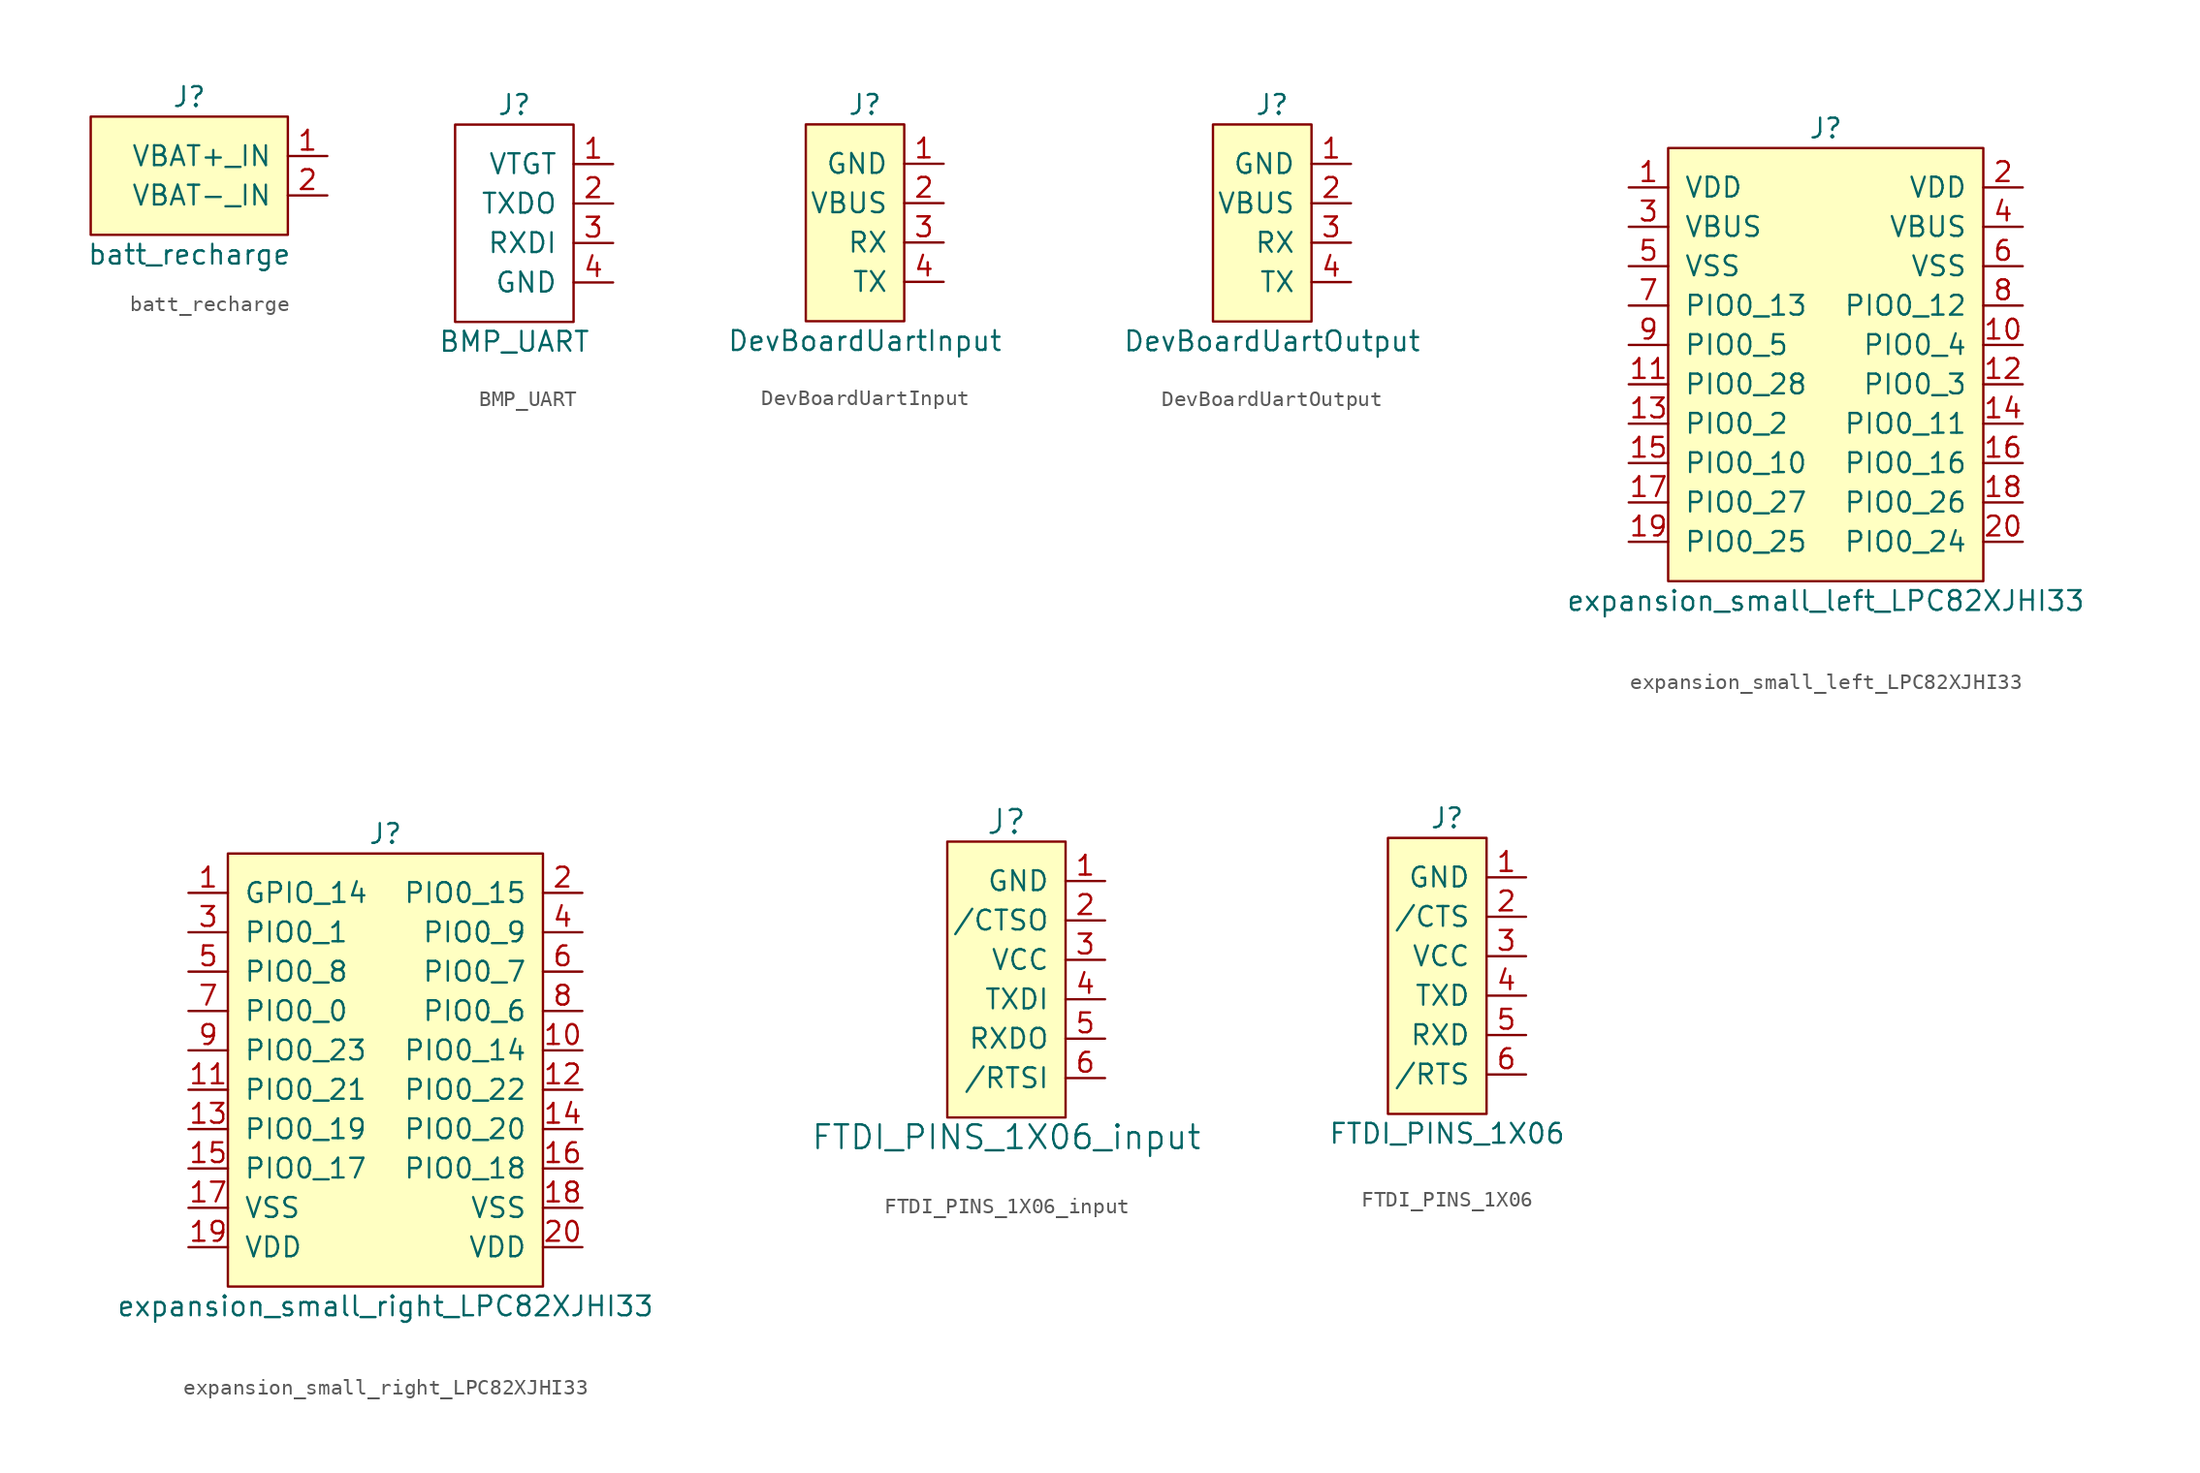
<source format=kicad_sym>
(kicad_symbol_lib
  (version 20211014)
  (generator kicad_symbol_editor)
  (symbol "batt_recharge"
    (pin_names
      (offset 1.016))
    (property "Reference" "J"
      (at 0 5.08 0)
      (effects (font (size 1.27 1.27))))
    (property "Value" "batt_recharge"
      (at 0 -5.08 0)
      (effects (font (size 1.27 1.27))))
    (symbol "batt_recharge_0_1"
      (rectangle (start 6.35 -3.81) (end -6.35 3.81) (stroke (width 0) (type default) (color 0 0 0 0)) (fill (type background))))
    (symbol "batt_recharge_1_1"
      (pin power_in line (at 8.89 1.27 180) (length 2.54) (name "VBAT+_IN" (effects (font (size 1.27 1.27)))) (number "1" (effects (font (size 1.27 1.27)))))
      (pin power_in line (at 8.89 -1.27 180) (length 2.54) (name "VBAT-_IN" (effects (font (size 1.27 1.27)))) (number "2" (effects (font (size 1.27 1.27)))))))
  (symbol "BMP_UART"
    (pin_names
      (offset 1.016))
    (property "Reference" "J"
      (at 0 7.62 0)
      (effects (font (size 1.27 1.27))))
    (property "Value" "BMP_UART"
      (at 0 -7.62 0)
      (effects (font (size 1.27 1.27))))
    (symbol "BMP_UART_0_1"
      (rectangle (start 3.81 6.35) (end -3.81 -6.35) (stroke (width 0) (type default) (color 0 0 0 0)) (fill (type none))))
    (symbol "BMP_UART_1_1"
      (pin power_in line (at 6.35 3.81 180) (length 2.54) (name "VTGT" (effects (font (size 1.27 1.27)))) (number "1" (effects (font (size 1.27 1.27)))))
      (pin output line (at 6.35 1.27 180) (length 2.54) (name "TXDO" (effects (font (size 1.27 1.27)))) (number "2" (effects (font (size 1.27 1.27)))))
      (pin input line (at 6.35 -1.27 180) (length 2.54) (name "RXDI" (effects (font (size 1.27 1.27)))) (number "3" (effects (font (size 1.27 1.27)))))
      (pin power_in line (at 6.35 -3.81 180) (length 2.54) (name "GND" (effects (font (size 1.27 1.27)))) (number "4" (effects (font (size 1.27 1.27)))))))
  (symbol "DevBoardUartInput"
    (pin_names
      (offset 1.016))
    (property "Reference" "J"
      (at 0 7.62 0)
      (effects (font (size 1.27 1.27))))
    (property "Value" "DevBoardUartInput"
      (at 0 -7.62 0)
      (effects (font (size 1.27 1.27))))
    (symbol "DevBoardUartInput_0_1"
      (rectangle (start 2.54 -6.35) (end -3.81 6.35) (stroke (width 0) (type default) (color 0 0 0 0)) (fill (type background))))
    (symbol "DevBoardUartInput_1_1"
      (pin power_out line (at 5.08 3.81 180) (length 2.54) (name "GND" (effects (font (size 1.27 1.27)))) (number "1" (effects (font (size 1.27 1.27)))))
      (pin power_out line (at 5.08 1.27 180) (length 2.54) (name "VBUS" (effects (font (size 1.27 1.27)))) (number "2" (effects (font (size 1.27 1.27)))))
      (pin input line (at 5.08 -1.27 180) (length 2.54) (name "RX" (effects (font (size 1.27 1.27)))) (number "3" (effects (font (size 1.27 1.27)))))
      (pin output line (at 5.08 -3.81 180) (length 2.54) (name "TX" (effects (font (size 1.27 1.27)))) (number "4" (effects (font (size 1.27 1.27)))))))
  (symbol "DevBoardUartOutput"
    (pin_names
      (offset 1.016))
    (property "Reference" "J"
      (at 0 7.62 0)
      (effects (font (size 1.27 1.27))))
    (property "Value" "DevBoardUartOutput"
      (at 0 -7.62 0)
      (effects (font (size 1.27 1.27))))
    (symbol "DevBoardUartOutput_0_1"
      (rectangle (start 2.54 -6.35) (end -3.81 6.35) (stroke (width 0) (type default) (color 0 0 0 0)) (fill (type background))))
    (symbol "DevBoardUartOutput_1_1"
      (pin power_in line (at 5.08 3.81 180) (length 2.54) (name "GND" (effects (font (size 1.27 1.27)))) (number "1" (effects (font (size 1.27 1.27)))))
      (pin power_in line (at 5.08 1.27 180) (length 2.54) (name "VBUS" (effects (font (size 1.27 1.27)))) (number "2" (effects (font (size 1.27 1.27)))))
      (pin output line (at 5.08 -1.27 180) (length 2.54) (name "RX" (effects (font (size 1.27 1.27)))) (number "3" (effects (font (size 1.27 1.27)))))
      (pin input line (at 5.08 -3.81 180) (length 2.54) (name "TX" (effects (font (size 1.27 1.27)))) (number "4" (effects (font (size 1.27 1.27)))))))
  (symbol "expansion_small_left_LPC82XJHI33"
    (pin_names
      (offset 1.016))
    (property "Reference" "J"
      (at 0 15.24 0)
      (effects (font (size 1.27 1.27))))
    (property "Value" "expansion_small_left_LPC82XJHI33"
      (at 0 -15.24 0)
      (effects (font (size 1.27 1.27))))
    (symbol "expansion_small_left_LPC82XJHI33_0_1"
      (rectangle (start -10.16 13.97) (end 10.16 -13.97) (stroke (width 0) (type default) (color 0 0 0 0)) (fill (type background))))
    (symbol "expansion_small_left_LPC82XJHI33_1_1"
      (pin power_out line (at -12.7 11.43 0) (length 2.54) (name "VDD" (effects (font (size 1.27 1.27)))) (number "1" (effects (font (size 1.27 1.27)))))
      (pin bidirectional line (at 12.7 1.27 180) (length 2.54) (name "PIO0_4" (effects (font (size 1.27 1.27)))) (number "10" (effects (font (size 1.27 1.27)))))
      (pin bidirectional line (at -12.7 -1.27 0) (length 2.54) (name "PIO0_28" (effects (font (size 1.27 1.27)))) (number "11" (effects (font (size 1.27 1.27)))))
      (pin bidirectional line (at 12.7 -1.27 180) (length 2.54) (name "PIO0_3" (effects (font (size 1.27 1.27)))) (number "12" (effects (font (size 1.27 1.27)))))
      (pin bidirectional line (at -12.7 -3.81 0) (length 2.54) (name "PIO0_2" (effects (font (size 1.27 1.27)))) (number "13" (effects (font (size 1.27 1.27)))))
      (pin bidirectional line (at 12.7 -3.81 180) (length 2.54) (name "PIO0_11" (effects (font (size 1.27 1.27)))) (number "14" (effects (font (size 1.27 1.27)))))
      (pin bidirectional line (at -12.7 -6.35 0) (length 2.54) (name "PIO0_10" (effects (font (size 1.27 1.27)))) (number "15" (effects (font (size 1.27 1.27)))))
      (pin bidirectional line (at 12.7 -6.35 180) (length 2.54) (name "PIO0_16" (effects (font (size 1.27 1.27)))) (number "16" (effects (font (size 1.27 1.27)))))
      (pin bidirectional line (at -12.7 -8.89 0) (length 2.54) (name "PIO0_27" (effects (font (size 1.27 1.27)))) (number "17" (effects (font (size 1.27 1.27)))))
      (pin bidirectional line (at 12.7 -8.89 180) (length 2.54) (name "PIO0_26" (effects (font (size 1.27 1.27)))) (number "18" (effects (font (size 1.27 1.27)))))
      (pin bidirectional line (at -12.7 -11.43 0) (length 2.54) (name "PIO0_25" (effects (font (size 1.27 1.27)))) (number "19" (effects (font (size 1.27 1.27)))))
      (pin power_in line (at 12.7 11.43 180) (length 2.54) (name "VDD" (effects (font (size 1.27 1.27)))) (number "2" (effects (font (size 1.27 1.27)))))
      (pin bidirectional line (at 12.7 -11.43 180) (length 2.54) (name "PIO0_24" (effects (font (size 1.27 1.27)))) (number "20" (effects (font (size 1.27 1.27)))))
      (pin power_out line (at -12.7 8.89 0) (length 2.54) (name "VBUS" (effects (font (size 1.27 1.27)))) (number "3" (effects (font (size 1.27 1.27)))))
      (pin power_in line (at 12.7 8.89 180) (length 2.54) (name "VBUS" (effects (font (size 1.27 1.27)))) (number "4" (effects (font (size 1.27 1.27)))))
      (pin power_out line (at -12.7 6.35 0) (length 2.54) (name "VSS" (effects (font (size 1.27 1.27)))) (number "5" (effects (font (size 1.27 1.27)))))
      (pin power_in line (at 12.7 6.35 180) (length 2.54) (name "VSS" (effects (font (size 1.27 1.27)))) (number "6" (effects (font (size 1.27 1.27)))))
      (pin bidirectional line (at -12.7 3.81 0) (length 2.54) (name "PIO0_13" (effects (font (size 1.27 1.27)))) (number "7" (effects (font (size 1.27 1.27)))))
      (pin bidirectional line (at 12.7 3.81 180) (length 2.54) (name "PIO0_12" (effects (font (size 1.27 1.27)))) (number "8" (effects (font (size 1.27 1.27)))))
      (pin bidirectional line (at -12.7 1.27 0) (length 2.54) (name "PIO0_5" (effects (font (size 1.27 1.27)))) (number "9" (effects (font (size 1.27 1.27)))))))
  (symbol "expansion_small_right_LPC82XJHI33"
    (pin_names
      (offset 1.016))
    (property "Reference" "J"
      (at 0 15.24 0)
      (effects (font (size 1.27 1.27))))
    (property "Value" "expansion_small_right_LPC82XJHI33"
      (at 0 -15.24 0)
      (effects (font (size 1.27 1.27))))
    (symbol "expansion_small_right_LPC82XJHI33_0_1"
      (rectangle (start -10.16 13.97) (end 10.16 -13.97) (stroke (width 0) (type default) (color 0 0 0 0)) (fill (type background))))
    (symbol "expansion_small_right_LPC82XJHI33_1_1"
      (pin bidirectional line (at -12.7 11.43 0) (length 2.54) (name "GPIO_14" (effects (font (size 1.27 1.27)))) (number "1" (effects (font (size 1.27 1.27)))))
      (pin bidirectional line (at 12.7 1.27 180) (length 2.54) (name "PIO0_14" (effects (font (size 1.27 1.27)))) (number "10" (effects (font (size 1.27 1.27)))))
      (pin bidirectional line (at -12.7 -1.27 0) (length 2.54) (name "PIO0_21" (effects (font (size 1.27 1.27)))) (number "11" (effects (font (size 1.27 1.27)))))
      (pin bidirectional line (at 12.7 -1.27 180) (length 2.54) (name "PIO0_22" (effects (font (size 1.27 1.27)))) (number "12" (effects (font (size 1.27 1.27)))))
      (pin bidirectional line (at -12.7 -3.81 0) (length 2.54) (name "PIO0_19" (effects (font (size 1.27 1.27)))) (number "13" (effects (font (size 1.27 1.27)))))
      (pin bidirectional line (at 12.7 -3.81 180) (length 2.54) (name "PIO0_20" (effects (font (size 1.27 1.27)))) (number "14" (effects (font (size 1.27 1.27)))))
      (pin bidirectional line (at -12.7 -6.35 0) (length 2.54) (name "PIO0_17" (effects (font (size 1.27 1.27)))) (number "15" (effects (font (size 1.27 1.27)))))
      (pin bidirectional line (at 12.7 -6.35 180) (length 2.54) (name "PIO0_18" (effects (font (size 1.27 1.27)))) (number "16" (effects (font (size 1.27 1.27)))))
      (pin power_out line (at -12.7 -8.89 0) (length 2.54) (name "VSS" (effects (font (size 1.27 1.27)))) (number "17" (effects (font (size 1.27 1.27)))))
      (pin power_in line (at 12.7 -8.89 180) (length 2.54) (name "VSS" (effects (font (size 1.27 1.27)))) (number "18" (effects (font (size 1.27 1.27)))))
      (pin power_out line (at -12.7 -11.43 0) (length 2.54) (name "VDD" (effects (font (size 1.27 1.27)))) (number "19" (effects (font (size 1.27 1.27)))))
      (pin bidirectional line (at 12.7 11.43 180) (length 2.54) (name "PIO0_15" (effects (font (size 1.27 1.27)))) (number "2" (effects (font (size 1.27 1.27)))))
      (pin power_in line (at 12.7 -11.43 180) (length 2.54) (name "VDD" (effects (font (size 1.27 1.27)))) (number "20" (effects (font (size 1.27 1.27)))))
      (pin bidirectional line (at -12.7 8.89 0) (length 2.54) (name "PIO0_1" (effects (font (size 1.27 1.27)))) (number "3" (effects (font (size 1.27 1.27)))))
      (pin bidirectional line (at 12.7 8.89 180) (length 2.54) (name "PIO0_9" (effects (font (size 1.27 1.27)))) (number "4" (effects (font (size 1.27 1.27)))))
      (pin bidirectional line (at -12.7 6.35 0) (length 2.54) (name "PIO0_8" (effects (font (size 1.27 1.27)))) (number "5" (effects (font (size 1.27 1.27)))))
      (pin bidirectional line (at 12.7 6.35 180) (length 2.54) (name "PIO0_7" (effects (font (size 1.27 1.27)))) (number "6" (effects (font (size 1.27 1.27)))))
      (pin bidirectional line (at -12.7 3.81 0) (length 2.54) (name "PIO0_0" (effects (font (size 1.27 1.27)))) (number "7" (effects (font (size 1.27 1.27)))))
      (pin bidirectional line (at 12.7 3.81 180) (length 2.54) (name "PIO0_6" (effects (font (size 1.27 1.27)))) (number "8" (effects (font (size 1.27 1.27)))))
      (pin bidirectional line (at -12.7 1.27 0) (length 2.54) (name "PIO0_23" (effects (font (size 1.27 1.27)))) (number "9" (effects (font (size 1.27 1.27)))))))
  (symbol "FTDI_PINS_1X06_input"
    (pin_names
      (offset 1.016))
    (property "Reference" "J"
      (at 0 10.16 0)
      (effects (font (size 1.524 1.524))))
    (property "Value" "FTDI_PINS_1X06_input"
      (at 0 -10.16 0)
      (effects (font (size 1.524 1.524))))
    (symbol "FTDI_PINS_1X06_input_0_1"
      (rectangle (start -3.81 8.89) (end 3.81 -8.89) (stroke (width 0) (type default) (color 0 0 0 0)) (fill (type background))))
    (symbol "FTDI_PINS_1X06_input_1_1"
      (pin power_in line (at 6.35 6.35 180) (length 2.54) (name "GND" (effects (font (size 1.27 1.27)))) (number "1" (effects (font (size 1.27 1.27)))))
      (pin output line (at 6.35 3.81 180) (length 2.54) (name "/CTSO" (effects (font (size 1.27 1.27)))) (number "2" (effects (font (size 1.27 1.27)))))
      (pin power_in line (at 6.35 1.27 180) (length 2.54) (name "VCC" (effects (font (size 1.27 1.27)))) (number "3" (effects (font (size 1.27 1.27)))))
      (pin input line (at 6.35 -1.27 180) (length 2.54) (name "TXDI" (effects (font (size 1.27 1.27)))) (number "4" (effects (font (size 1.27 1.27)))))
      (pin output line (at 6.35 -3.81 180) (length 2.54) (name "RXDO" (effects (font (size 1.27 1.27)))) (number "5" (effects (font (size 1.27 1.27)))))
      (pin input line (at 6.35 -6.35 180) (length 2.54) (name "/RTSI" (effects (font (size 1.27 1.27)))) (number "6" (effects (font (size 1.27 1.27)))))))
  (symbol "FTDI_PINS_1X06"
    (pin_names
      (offset 1.016))
    (property "Reference" "J"
      (at 0 10.16 0)
      (effects (font (size 1.27 1.27))))
    (property "Value" "FTDI_PINS_1X06"
      (at 0 -10.16 0)
      (effects (font (size 1.27 1.27))))
    (symbol "FTDI_PINS_1X06_0_1"
      (rectangle (start -3.81 8.89) (end 2.54 -8.89) (stroke (width 0) (type default) (color 0 0 0 0)) (fill (type background))))
    (symbol "FTDI_PINS_1X06_1_1"
      (pin power_out line (at 5.08 6.35 180) (length 2.54) (name "GND" (effects (font (size 1.27 1.27)))) (number "1" (effects (font (size 1.27 1.27)))))
      (pin input line (at 5.08 3.81 180) (length 2.54) (name "/CTS" (effects (font (size 1.27 1.27)))) (number "2" (effects (font (size 1.27 1.27)))))
      (pin power_out line (at 5.08 1.27 180) (length 2.54) (name "VCC" (effects (font (size 1.27 1.27)))) (number "3" (effects (font (size 1.27 1.27)))))
      (pin output line (at 5.08 -1.27 180) (length 2.54) (name "TXD" (effects (font (size 1.27 1.27)))) (number "4" (effects (font (size 1.27 1.27)))))
      (pin input line (at 5.08 -3.81 180) (length 2.54) (name "RXD" (effects (font (size 1.27 1.27)))) (number "5" (effects (font (size 1.27 1.27)))))
      (pin output line (at 5.08 -6.35 180) (length 2.54) (name "/RTS" (effects (font (size 1.27 1.27)))) (number "6" (effects (font (size 1.27 1.27))))))))
</source>
